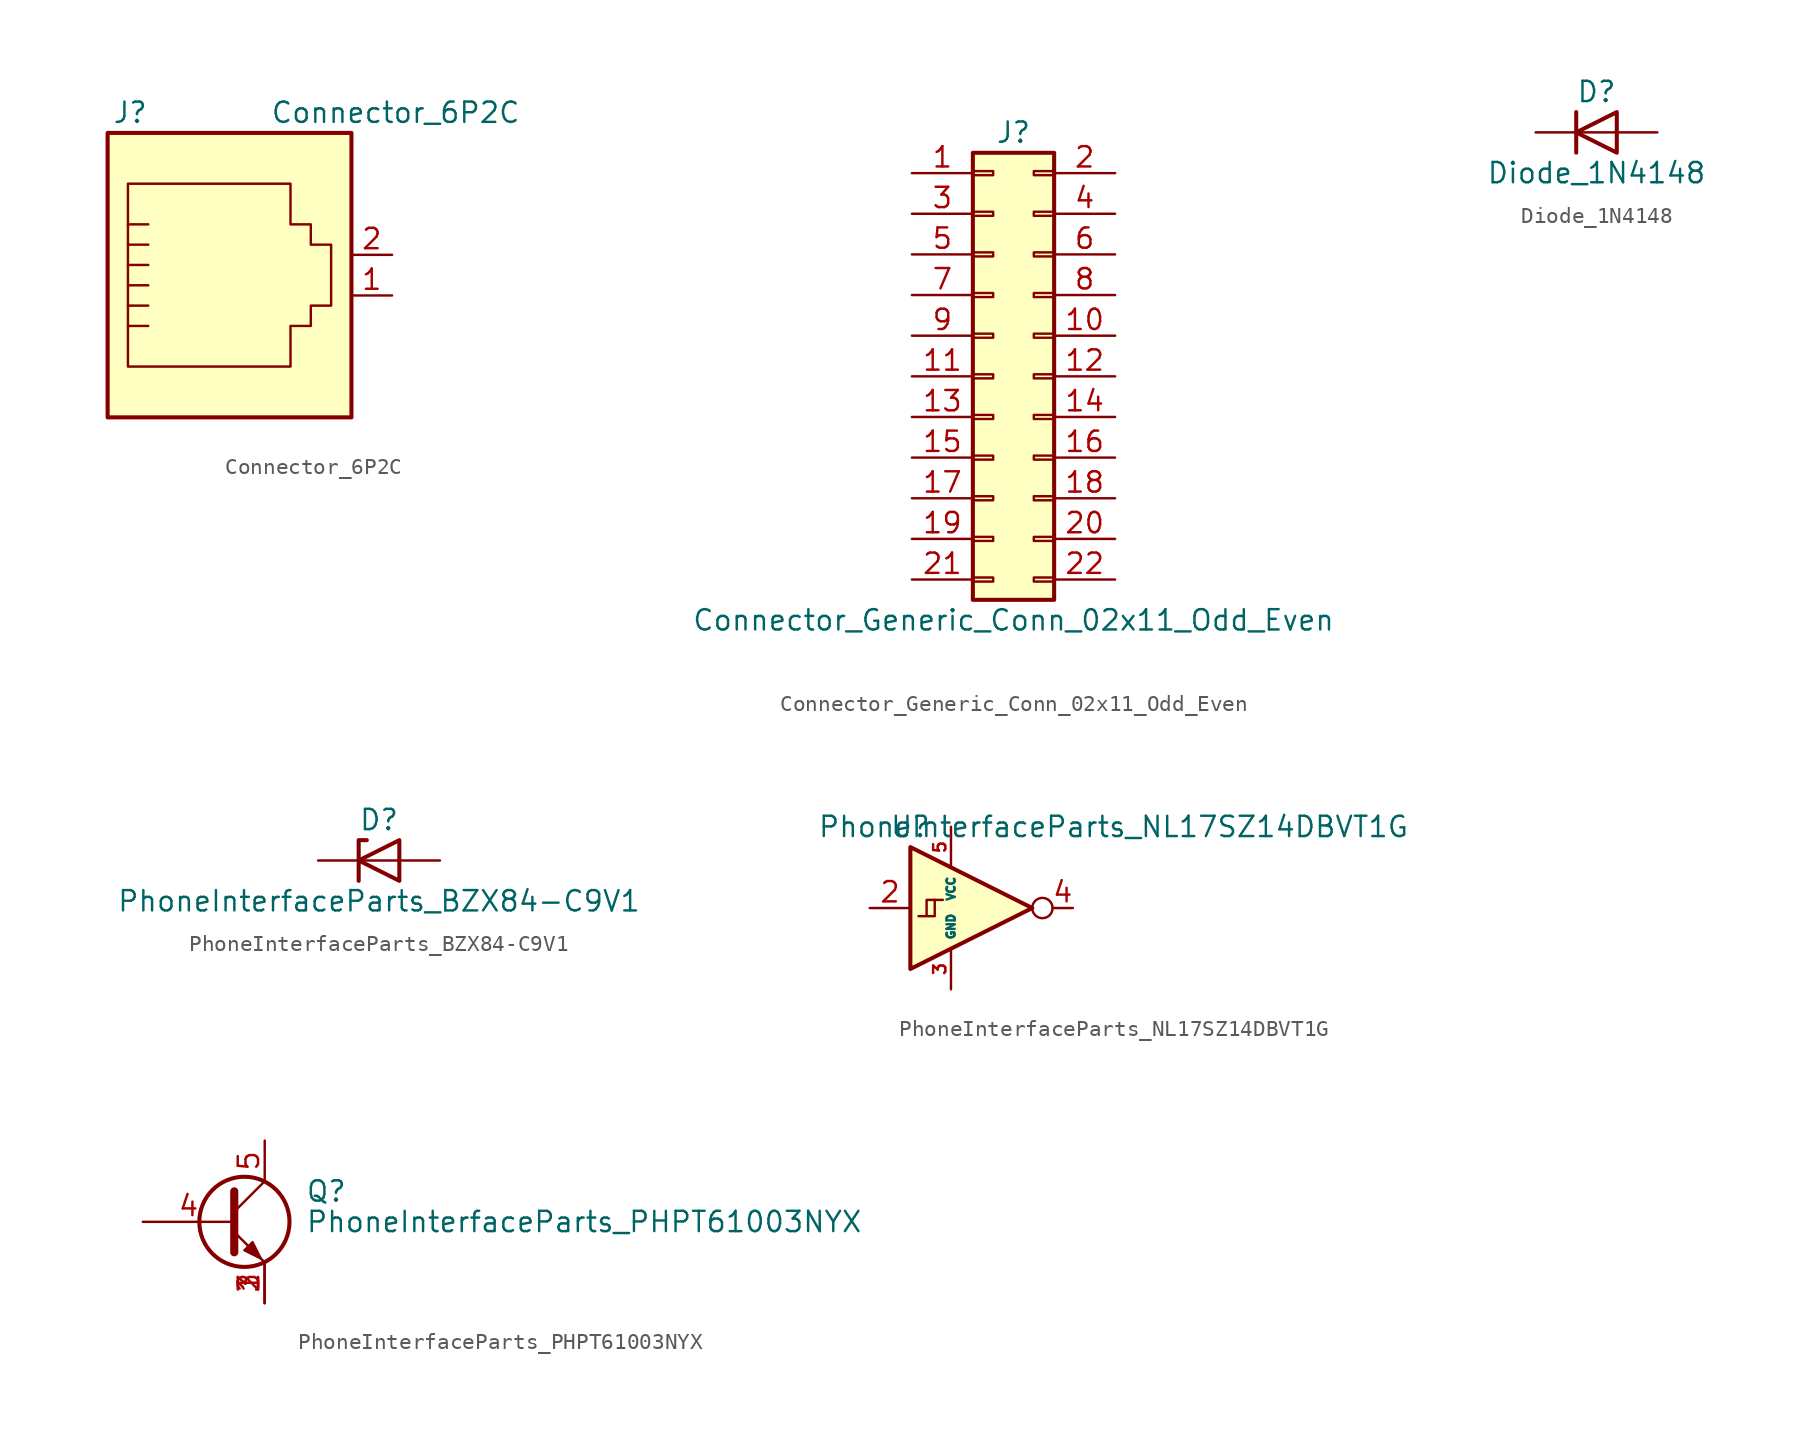
<source format=kicad_sym>
(kicad_symbol_lib
  (version 20211014)
  (generator kicad_symbol_editor)
  (symbol "Connector_6P2C"
    (pin_names
      (offset 1.016))
    (property "Reference" "J"
      (at -5.08 11.43 0)
      (effects (font (size 1.27 1.27)) (justify right)))
    (property "Value" "Connector_6P2C"
      (at 2.54 11.43 0)
      (effects (font (size 1.27 1.27)) (justify left)))
    (symbol "Connector_6P2C_0_1"
      (polyline (pts (xy -6.35 -1.905) (xy -5.08 -1.905) (xy -5.08 -1.905)) (stroke (width 0) (type default) (color 0 0 0 0)) (fill (type none)))
      (polyline (pts (xy -6.35 -0.635) (xy -5.08 -0.635) (xy -5.08 -0.635)) (stroke (width 0) (type default) (color 0 0 0 0)) (fill (type none)))
      (polyline (pts (xy -6.35 0.635) (xy -5.08 0.635) (xy -5.08 0.635)) (stroke (width 0) (type default) (color 0 0 0 0)) (fill (type none)))
      (polyline (pts (xy -6.35 1.905) (xy -5.08 1.905) (xy -5.08 1.905)) (stroke (width 0) (type default) (color 0 0 0 0)) (fill (type none)))
      (polyline (pts (xy -6.35 3.175) (xy -5.08 3.175) (xy -5.08 3.175)) (stroke (width 0) (type default) (color 0 0 0 0)) (fill (type none)))
      (polyline (pts (xy -5.08 4.445) (xy -6.35 4.445) (xy -6.35 4.445)) (stroke (width 0) (type default) (color 0 0 0 0)) (fill (type none)))
      (polyline (pts (xy -6.35 -4.445) (xy -6.35 6.985) (xy 3.81 6.985) (xy 3.81 4.445) (xy 5.08 4.445) (xy 5.08 3.175) (xy 6.35 3.175) (xy 6.35 -0.635) (xy 5.08 -0.635) (xy 5.08 -1.905) (xy 3.81 -1.905) (xy 3.81 -4.445) (xy -6.35 -4.445) (xy -6.35 -4.445)) (stroke (width 0) (type default) (color 0 0 0 0)) (fill (type none)))
      (rectangle (start 7.62 10.16) (end -7.62 -7.62) (stroke (width 0.254) (type default) (color 0 0 0 0)) (fill (type background))))
    (symbol "Connector_6P2C_1_1"
      (pin passive line (at 10.16 0 180) (length 2.54) (name "~" (effects (font (size 1.27 1.27)))) (number "1" (effects (font (size 1.27 1.27)))))
      (pin passive line (at 10.16 2.54 180) (length 2.54) (name "~" (effects (font (size 1.27 1.27)))) (number "2" (effects (font (size 1.27 1.27)))))))
  (symbol "Connector_Generic_Conn_02x11_Odd_Even"
    (pin_names
      (offset 1.016) hide)
    (property "Reference" "J"
      (at 1.27 15.24 0)
      (effects (font (size 1.27 1.27))))
    (property "Value" "Connector_Generic_Conn_02x11_Odd_Even"
      (at 1.27 -15.24 0)
      (effects (font (size 1.27 1.27))))
    (symbol "Connector_Generic_Conn_02x11_Odd_Even_1_1"
      (rectangle (start -1.27 -12.573) (end 0 -12.827) (stroke (width 0.152) (type default) (color 0 0 0 0)) (fill (type none)))
      (rectangle (start -1.27 -10.033) (end 0 -10.287) (stroke (width 0.152) (type default) (color 0 0 0 0)) (fill (type none)))
      (rectangle (start -1.27 -7.493) (end 0 -7.747) (stroke (width 0.152) (type default) (color 0 0 0 0)) (fill (type none)))
      (rectangle (start -1.27 -4.953) (end 0 -5.207) (stroke (width 0.152) (type default) (color 0 0 0 0)) (fill (type none)))
      (rectangle (start -1.27 -2.413) (end 0 -2.667) (stroke (width 0.152) (type default) (color 0 0 0 0)) (fill (type none)))
      (rectangle (start -1.27 0.127) (end 0 -0.127) (stroke (width 0.152) (type default) (color 0 0 0 0)) (fill (type none)))
      (rectangle (start -1.27 2.667) (end 0 2.413) (stroke (width 0.152) (type default) (color 0 0 0 0)) (fill (type none)))
      (rectangle (start -1.27 5.207) (end 0 4.953) (stroke (width 0.152) (type default) (color 0 0 0 0)) (fill (type none)))
      (rectangle (start -1.27 7.747) (end 0 7.493) (stroke (width 0.152) (type default) (color 0 0 0 0)) (fill (type none)))
      (rectangle (start -1.27 10.287) (end 0 10.033) (stroke (width 0.152) (type default) (color 0 0 0 0)) (fill (type none)))
      (rectangle (start -1.27 12.827) (end 0 12.573) (stroke (width 0.152) (type default) (color 0 0 0 0)) (fill (type none)))
      (rectangle (start -1.27 13.97) (end 3.81 -13.97) (stroke (width 0.254) (type default) (color 0 0 0 0)) (fill (type background)))
      (rectangle (start 3.81 -12.573) (end 2.54 -12.827) (stroke (width 0.152) (type default) (color 0 0 0 0)) (fill (type none)))
      (rectangle (start 3.81 -10.033) (end 2.54 -10.287) (stroke (width 0.152) (type default) (color 0 0 0 0)) (fill (type none)))
      (rectangle (start 3.81 -7.493) (end 2.54 -7.747) (stroke (width 0.152) (type default) (color 0 0 0 0)) (fill (type none)))
      (rectangle (start 3.81 -4.953) (end 2.54 -5.207) (stroke (width 0.152) (type default) (color 0 0 0 0)) (fill (type none)))
      (rectangle (start 3.81 -2.413) (end 2.54 -2.667) (stroke (width 0.152) (type default) (color 0 0 0 0)) (fill (type none)))
      (rectangle (start 3.81 0.127) (end 2.54 -0.127) (stroke (width 0.152) (type default) (color 0 0 0 0)) (fill (type none)))
      (rectangle (start 3.81 2.667) (end 2.54 2.413) (stroke (width 0.152) (type default) (color 0 0 0 0)) (fill (type none)))
      (rectangle (start 3.81 5.207) (end 2.54 4.953) (stroke (width 0.152) (type default) (color 0 0 0 0)) (fill (type none)))
      (rectangle (start 3.81 7.747) (end 2.54 7.493) (stroke (width 0.152) (type default) (color 0 0 0 0)) (fill (type none)))
      (rectangle (start 3.81 10.287) (end 2.54 10.033) (stroke (width 0.152) (type default) (color 0 0 0 0)) (fill (type none)))
      (rectangle (start 3.81 12.827) (end 2.54 12.573) (stroke (width 0.152) (type default) (color 0 0 0 0)) (fill (type none)))
      (pin passive line (at -5.08 12.7 0) (length 3.81) (name "Pin_1" (effects (font (size 1.27 1.27)))) (number "1" (effects (font (size 1.27 1.27)))))
      (pin passive line (at 7.62 2.54 180) (length 3.81) (name "Pin_10" (effects (font (size 1.27 1.27)))) (number "10" (effects (font (size 1.27 1.27)))))
      (pin passive line (at -5.08 0 0) (length 3.81) (name "Pin_11" (effects (font (size 1.27 1.27)))) (number "11" (effects (font (size 1.27 1.27)))))
      (pin passive line (at 7.62 0 180) (length 3.81) (name "Pin_12" (effects (font (size 1.27 1.27)))) (number "12" (effects (font (size 1.27 1.27)))))
      (pin passive line (at -5.08 -2.54 0) (length 3.81) (name "Pin_13" (effects (font (size 1.27 1.27)))) (number "13" (effects (font (size 1.27 1.27)))))
      (pin passive line (at 7.62 -2.54 180) (length 3.81) (name "Pin_14" (effects (font (size 1.27 1.27)))) (number "14" (effects (font (size 1.27 1.27)))))
      (pin passive line (at -5.08 -5.08 0) (length 3.81) (name "Pin_15" (effects (font (size 1.27 1.27)))) (number "15" (effects (font (size 1.27 1.27)))))
      (pin passive line (at 7.62 -5.08 180) (length 3.81) (name "Pin_16" (effects (font (size 1.27 1.27)))) (number "16" (effects (font (size 1.27 1.27)))))
      (pin passive line (at -5.08 -7.62 0) (length 3.81) (name "Pin_17" (effects (font (size 1.27 1.27)))) (number "17" (effects (font (size 1.27 1.27)))))
      (pin passive line (at 7.62 -7.62 180) (length 3.81) (name "Pin_18" (effects (font (size 1.27 1.27)))) (number "18" (effects (font (size 1.27 1.27)))))
      (pin passive line (at -5.08 -10.16 0) (length 3.81) (name "Pin_19" (effects (font (size 1.27 1.27)))) (number "19" (effects (font (size 1.27 1.27)))))
      (pin passive line (at 7.62 12.7 180) (length 3.81) (name "Pin_2" (effects (font (size 1.27 1.27)))) (number "2" (effects (font (size 1.27 1.27)))))
      (pin passive line (at 7.62 -10.16 180) (length 3.81) (name "Pin_20" (effects (font (size 1.27 1.27)))) (number "20" (effects (font (size 1.27 1.27)))))
      (pin passive line (at -5.08 -12.7 0) (length 3.81) (name "Pin_21" (effects (font (size 1.27 1.27)))) (number "21" (effects (font (size 1.27 1.27)))))
      (pin passive line (at 7.62 -12.7 180) (length 3.81) (name "Pin_22" (effects (font (size 1.27 1.27)))) (number "22" (effects (font (size 1.27 1.27)))))
      (pin passive line (at -5.08 10.16 0) (length 3.81) (name "Pin_3" (effects (font (size 1.27 1.27)))) (number "3" (effects (font (size 1.27 1.27)))))
      (pin passive line (at 7.62 10.16 180) (length 3.81) (name "Pin_4" (effects (font (size 1.27 1.27)))) (number "4" (effects (font (size 1.27 1.27)))))
      (pin passive line (at -5.08 7.62 0) (length 3.81) (name "Pin_5" (effects (font (size 1.27 1.27)))) (number "5" (effects (font (size 1.27 1.27)))))
      (pin passive line (at 7.62 7.62 180) (length 3.81) (name "Pin_6" (effects (font (size 1.27 1.27)))) (number "6" (effects (font (size 1.27 1.27)))))
      (pin passive line (at -5.08 5.08 0) (length 3.81) (name "Pin_7" (effects (font (size 1.27 1.27)))) (number "7" (effects (font (size 1.27 1.27)))))
      (pin passive line (at 7.62 5.08 180) (length 3.81) (name "Pin_8" (effects (font (size 1.27 1.27)))) (number "8" (effects (font (size 1.27 1.27)))))
      (pin passive line (at -5.08 2.54 0) (length 3.81) (name "Pin_9" (effects (font (size 1.27 1.27)))) (number "9" (effects (font (size 1.27 1.27)))))))
  (symbol "Diode_1N4148"
    (pin_numbers hide)
    (pin_names
      (offset 1.016) hide)
    (property "Reference" "D"
      (at 0 2.54 0)
      (effects (font (size 1.27 1.27))))
    (property "Value" "Diode_1N4148"
      (at 0 -2.54 0)
      (effects (font (size 1.27 1.27))))
    (symbol "Diode_1N4148_0_1"
      (polyline (pts (xy -1.27 1.27) (xy -1.27 -1.27)) (stroke (width 0.254) (type default) (color 0 0 0 0)) (fill (type none)))
      (polyline (pts (xy 1.27 0) (xy -1.27 0)) (stroke (width 0) (type default) (color 0 0 0 0)) (fill (type none)))
      (polyline (pts (xy 1.27 1.27) (xy 1.27 -1.27) (xy -1.27 0) (xy 1.27 1.27)) (stroke (width 0.254) (type default) (color 0 0 0 0)) (fill (type none))))
    (symbol "Diode_1N4148_1_1"
      (pin passive line (at -3.81 0 0) (length 2.54) (name "K" (effects (font (size 1.27 1.27)))) (number "1" (effects (font (size 1.27 1.27)))))
      (pin passive line (at 3.81 0 180) (length 2.54) (name "A" (effects (font (size 1.27 1.27)))) (number "2" (effects (font (size 1.27 1.27)))))))
  (symbol "PhoneInterfaceParts_BZX84-C9V1"
    (pin_numbers hide)
    (pin_names
      (offset 1.016) hide)
    (property "Reference" "D"
      (at 0 2.54 0)
      (effects (font (size 1.27 1.27))))
    (property "Value" "PhoneInterfaceParts_BZX84-C9V1"
      (at 0 -2.54 0)
      (effects (font (size 1.27 1.27))))
    (symbol "PhoneInterfaceParts_BZX84-C9V1_0_1"
      (polyline (pts (xy 1.27 0) (xy -1.27 0)) (stroke (width 0) (type default) (color 0 0 0 0)) (fill (type none)))
      (polyline (pts (xy -1.27 -1.27) (xy -1.27 1.27) (xy -0.762 1.27)) (stroke (width 0.254) (type default) (color 0 0 0 0)) (fill (type none)))
      (polyline (pts (xy 1.27 -1.27) (xy 1.27 1.27) (xy -1.27 0) (xy 1.27 -1.27)) (stroke (width 0.254) (type default) (color 0 0 0 0)) (fill (type none))))
    (symbol "PhoneInterfaceParts_BZX84-C9V1_1_1"
      (pin passive line (at -3.81 0 0) (length 2.54) (name "K" (effects (font (size 1.27 1.27)))) (number "1" (effects (font (size 1.27 1.27)))))
      (pin passive line (at 3.81 0 180) (length 2.54) (name "A" (effects (font (size 1.27 1.27)))) (number "2" (effects (font (size 1.27 1.27)))))))
  (symbol "PhoneInterfaceParts_NL17SZ14DBVT1G"
    (property "Reference" "U"
      (at -2.54 5.08 0)
      (effects (font (size 1.27 1.27))))
    (property "Value" "PhoneInterfaceParts_NL17SZ14DBVT1G"
      (at 10.16 5.08 0)
      (effects (font (size 1.27 1.27))))
    (symbol "PhoneInterfaceParts_NL17SZ14DBVT1G_0_1"
      (polyline (pts (xy -1.016 0.508) (xy -0.508 0.508)) (stroke (width 0) (type default) (color 0 0 0 0)) (fill (type none)))
      (polyline (pts (xy -2.54 3.81) (xy -2.54 -3.81) (xy 5.08 0) (xy -2.54 3.81)) (stroke (width 0.254) (type default) (color 0 0 0 0)) (fill (type background)))
      (polyline (pts (xy -1.524 -0.508) (xy -1.524 0.508) (xy -1.016 0.508) (xy -1.016 -0.508) (xy -2.032 -0.508)) (stroke (width 0) (type default) (color 0 0 0 0)) (fill (type none)))
      (circle (center 5.715 0) (radius 0.635) (stroke (width 0) (type default) (color 0 0 0 0)) (fill (type none))))
    (symbol "PhoneInterfaceParts_NL17SZ14DBVT1G_1_1"
      (pin no_connect line (at 5.08 0 180) (length 2.54) hide (name "NC" (effects (font (size 1.27 1.27)))) (number "1" (effects (font (size 1.27 1.27)))))
      (pin input line (at -5.08 0 0) (length 2.54) (name "~" (effects (font (size 1.27 1.27)))) (number "2" (effects (font (size 1.27 1.27)))))
      (pin power_in line (at 0 -5.08 90) (length 2.54) (name "GND" (effects (font (size 0.508 0.508)))) (number "3" (effects (font (size 0.762 0.762)))))
      (pin output line (at 7.62 0 180) (length 1.27) (name "~" (effects (font (size 1.27 1.27)))) (number "4" (effects (font (size 1.27 1.27)))))
      (pin power_in line (at 0 5.08 270) (length 2.54) (name "VCC" (effects (font (size 0.508 0.508)))) (number "5" (effects (font (size 0.762 0.762)))))))
  (symbol "PhoneInterfaceParts_PHPT61003NYX"
    (pin_names
      (offset 0) hide)
    (property "Reference" "Q"
      (at 5.08 1.905 0)
      (effects (font (size 1.27 1.27)) (justify left)))
    (property "Value" "PhoneInterfaceParts_PHPT61003NYX"
      (at 5.08 0 0)
      (effects (font (size 1.27 1.27)) (justify left)))
    (symbol "PhoneInterfaceParts_PHPT61003NYX_0_0"
      (pin passive line (at 2.54 -5.08 90) (length 2.54) (name "E" (effects (font (size 1.27 1.27)))) (number "2" (effects (font (size 1.27 1.27)))))
      (pin passive line (at 2.54 -5.08 90) (length 2.54) (name "E" (effects (font (size 1.27 1.27)))) (number "3" (effects (font (size 1.27 1.27))))))
    (symbol "PhoneInterfaceParts_PHPT61003NYX_0_1"
      (polyline (pts (xy 0.635 0.635) (xy 2.54 2.54)) (stroke (width 0) (type default) (color 0 0 0 0)) (fill (type none)))
      (polyline (pts (xy 0.635 -0.635) (xy 2.54 -2.54) (xy 2.54 -2.54)) (stroke (width 0) (type default) (color 0 0 0 0)) (fill (type none)))
      (polyline (pts (xy 0.635 1.905) (xy 0.635 -1.905) (xy 0.635 -1.905)) (stroke (width 0.508) (type default) (color 0 0 0 0)) (fill (type none)))
      (polyline (pts (xy 1.27 -1.778) (xy 1.778 -1.27) (xy 2.286 -2.286) (xy 1.27 -1.778) (xy 1.27 -1.778)) (stroke (width 0) (type default) (color 0 0 0 0)) (fill (type outline)))
      (circle (center 1.27 0) (radius 2.819) (stroke (width 0.254) (type default) (color 0 0 0 0)) (fill (type none))))
    (symbol "PhoneInterfaceParts_PHPT61003NYX_1_1"
      (pin passive line (at 2.54 -5.08 90) (length 2.54) (name "E" (effects (font (size 1.27 1.27)))) (number "1" (effects (font (size 1.27 1.27)))))
      (pin input line (at -5.08 0 0) (length 5.715) (name "B" (effects (font (size 1.27 1.27)))) (number "4" (effects (font (size 1.27 1.27)))))
      (pin passive line (at 2.54 5.08 270) (length 2.54) (name "C" (effects (font (size 1.27 1.27)))) (number "5" (effects (font (size 1.27 1.27))))))))
</source>
